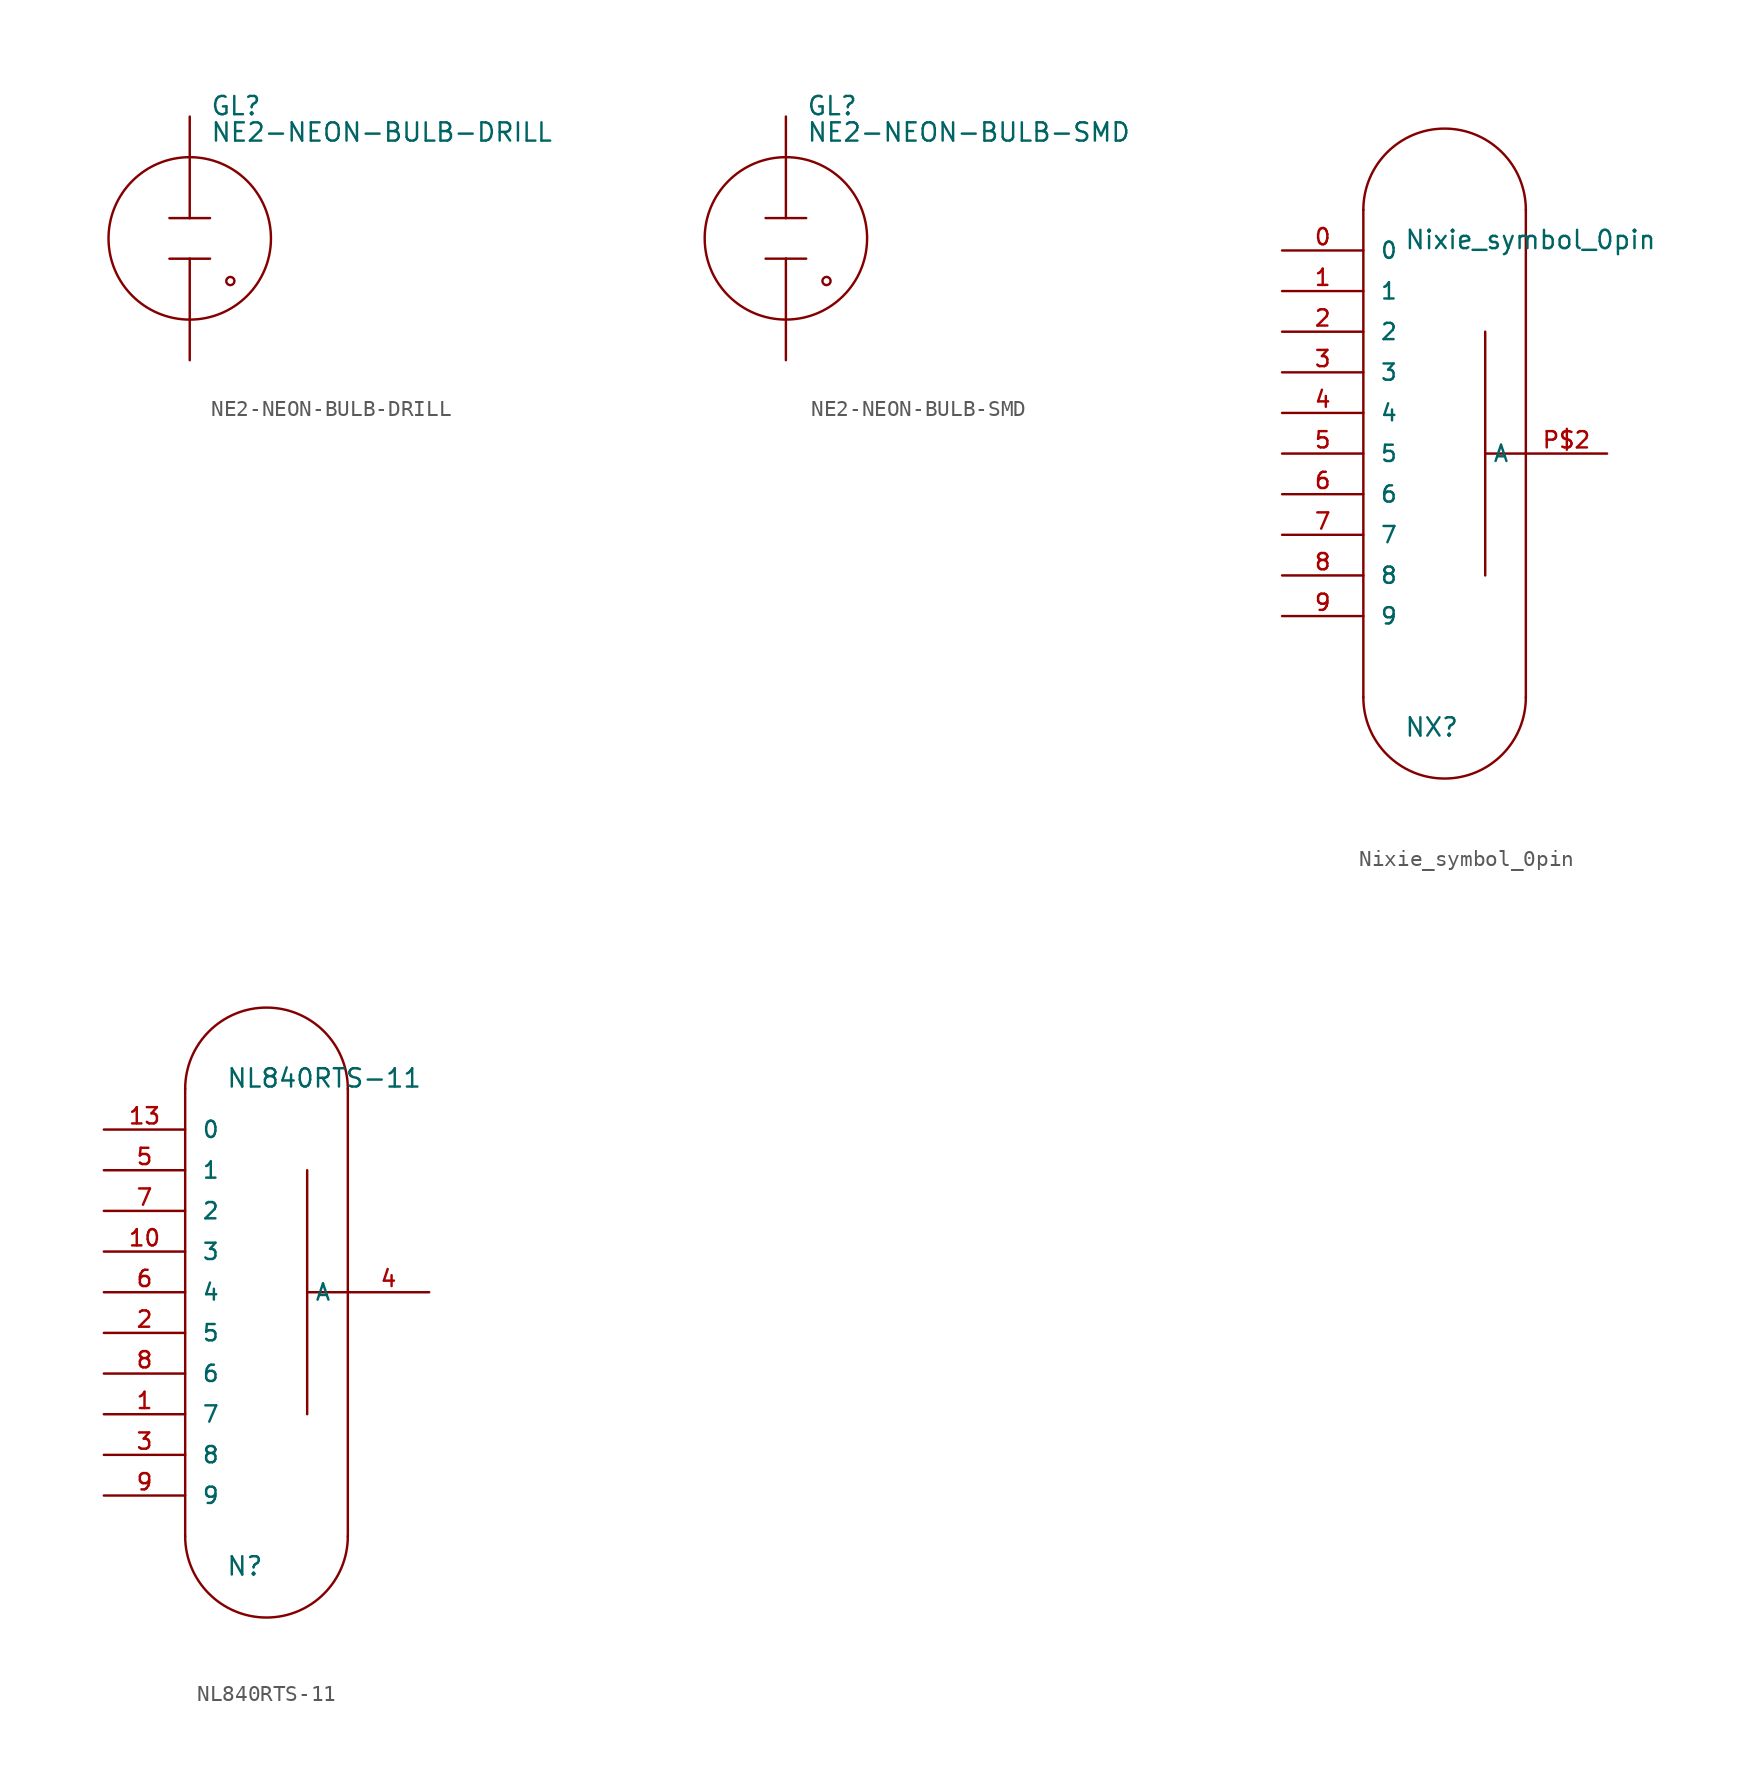
<source format=kicad_sym>
(kicad_symbol_lib
  (version 20241209)
  (generator "kicad_symbol_editor")
  (generator_version "9.0")
  (symbol "NE2-NEON-BULB-DRILL"
    (pin_numbers
      (hide yes))
    (pin_names
      (offset 1.016)
      (hide yes))
    (property "Reference" "GL"
      (at 1.27 7.62 0)
      (effects (font (size 1.143 1.143)) (justify left bottom)))
    (property "Value" "NE2-NEON-BULB-DRILL"
      (at 1.27 5.969 0)
      (effects (font (size 1.143 1.143)) (justify left bottom)))
    (property "ki_locked" ""
      (at 0 0 0)
      (effects (font (size 1.27 1.27))))
    (symbol "NE2-NEON-BULB-DRILL_1_0"
      (polyline (pts (xy -1.27 1.27) (xy 0 1.27)) (stroke (width 0) (type default)) (fill (type none)))
      (polyline (pts (xy -1.27 -1.27) (xy 0 -1.27)) (stroke (width 0) (type default)) (fill (type none)))
      (polyline (pts (xy 0 5.08) (xy 0 1.27)) (stroke (width 0) (type default)) (fill (type none)))
      (polyline (pts (xy 0 1.27) (xy 1.27 1.27)) (stroke (width 0) (type default)) (fill (type none)))
      (polyline (pts (xy 0 -1.27) (xy 0 -5.08)) (stroke (width 0) (type default)) (fill (type none)))
      (polyline (pts (xy 0 -1.27) (xy 1.27 -1.27)) (stroke (width 0) (type default)) (fill (type none))))
    (symbol "NE2-NEON-BULB-DRILL_1_1"
      (circle (center 0 0) (radius 5.08) (stroke (width 0) (type default)) (fill (type none)))
      (circle (center 2.54 -2.667) (radius 0.254) (stroke (width 0) (type default)) (fill (type none)))
      (pin passive line (at 0 7.62 270) (length 2.54) (name "A" (effects (font (size 1.016 1.016)))) (number "1" (effects (font (size 1.016 1.016)))))
      (pin passive line (at 0 -7.62 90) (length 2.54) (name "A1" (effects (font (size 1.016 1.016)))) (number "2" (effects (font (size 1.016 1.016)))))))
  (symbol "NE2-NEON-BULB-SMD"
    (pin_numbers
      (hide yes))
    (pin_names
      (offset 1.016)
      (hide yes))
    (property "Reference" "GL"
      (at 1.27 7.62 0)
      (effects (font (size 1.143 1.143)) (justify left bottom)))
    (property "Value" "NE2-NEON-BULB-SMD"
      (at 1.27 5.969 0)
      (effects (font (size 1.143 1.143)) (justify left bottom)))
    (property "ki_locked" ""
      (at 0 0 0)
      (effects (font (size 1.27 1.27))))
    (symbol "NE2-NEON-BULB-SMD_1_0"
      (polyline (pts (xy -1.27 1.27) (xy 0 1.27)) (stroke (width 0) (type default)) (fill (type none)))
      (polyline (pts (xy -1.27 -1.27) (xy 0 -1.27)) (stroke (width 0) (type default)) (fill (type none)))
      (polyline (pts (xy 0 5.08) (xy 0 1.27)) (stroke (width 0) (type default)) (fill (type none)))
      (polyline (pts (xy 0 1.27) (xy 1.27 1.27)) (stroke (width 0) (type default)) (fill (type none)))
      (polyline (pts (xy 0 -1.27) (xy 0 -5.08)) (stroke (width 0) (type default)) (fill (type none)))
      (polyline (pts (xy 0 -1.27) (xy 1.27 -1.27)) (stroke (width 0) (type default)) (fill (type none))))
    (symbol "NE2-NEON-BULB-SMD_1_1"
      (circle (center 0 0) (radius 5.08) (stroke (width 0) (type default)) (fill (type none)))
      (circle (center 2.54 -2.667) (radius 0.254) (stroke (width 0) (type default)) (fill (type none)))
      (pin passive line (at 0 7.62 270) (length 2.54) (name "A" (effects (font (size 1.016 1.016)))) (number "1" (effects (font (size 1.016 1.016)))))
      (pin passive line (at 0 -7.62 90) (length 2.54) (name "A1" (effects (font (size 1.016 1.016)))) (number "2" (effects (font (size 1.016 1.016)))))))
  (symbol "Nixie_symbol_0pin"
    (pin_names
      (offset 1.016))
    (property "Reference" "NX"
      (at -2.54 -15.24 0)
      (effects (font (size 1.143 1.143)) (justify left bottom)))
    (property "Value" "Nixie_symbol_0pin"
      (at -2.54 15.24 0)
      (effects (font (size 1.143 1.143)) (justify left bottom)))
    (property "ki_locked" ""
      (at 0 0 0)
      (effects (font (size 1.27 1.27))))
    (symbol "Nixie_symbol_0pin_1_0"
      (polyline (pts (xy -5.08 17.78) (xy -5.08 -12.7)) (stroke (width 0) (type default)) (fill (type none)))
      (polyline (pts (xy 2.54 2.54) (xy 2.54 10.16)) (stroke (width 0) (type default)) (fill (type none)))
      (polyline (pts (xy 2.54 -5.08) (xy 2.54 2.54)) (stroke (width 0) (type default)) (fill (type none)))
      (polyline (pts (xy 5.08 17.78) (xy 5.08 2.54)) (stroke (width 0) (type default)) (fill (type none)))
      (polyline (pts (xy 5.08 2.54) (xy 2.54 2.54)) (stroke (width 0) (type default)) (fill (type none)))
      (polyline (pts (xy 5.08 2.54) (xy 5.08 -12.7)) (stroke (width 0) (type default)) (fill (type none))))
    (symbol "Nixie_symbol_0pin_1_1"
      (arc (start -5.08 17.78) (mid 0 22.8378) (end 5.08 17.78) (stroke (width 0) (type default)) (fill (type none)))
      (arc (start 5.08 -12.7) (mid 0 -17.7578) (end -5.08 -12.7) (stroke (width 0) (type default)) (fill (type none)))
      (pin passive line (at -10.16 15.24 0) (length 5.08) (name "0" (effects (font (size 1.016 1.016)))) (number "0" (effects (font (size 1.016 1.016)))))
      (pin passive line (at -10.16 12.7 0) (length 5.08) (name "1" (effects (font (size 1.016 1.016)))) (number "1" (effects (font (size 1.016 1.016)))))
      (pin passive line (at -10.16 10.16 0) (length 5.08) (name "2" (effects (font (size 1.016 1.016)))) (number "2" (effects (font (size 1.016 1.016)))))
      (pin passive line (at -10.16 7.62 0) (length 5.08) (name "3" (effects (font (size 1.016 1.016)))) (number "3" (effects (font (size 1.016 1.016)))))
      (pin passive line (at -10.16 5.08 0) (length 5.08) (name "4" (effects (font (size 1.016 1.016)))) (number "4" (effects (font (size 1.016 1.016)))))
      (pin passive line (at -10.16 2.54 0) (length 5.08) (name "5" (effects (font (size 1.016 1.016)))) (number "5" (effects (font (size 1.016 1.016)))))
      (pin passive line (at -10.16 0 0) (length 5.08) (name "6" (effects (font (size 1.016 1.016)))) (number "6" (effects (font (size 1.016 1.016)))))
      (pin passive line (at -10.16 -2.54 0) (length 5.08) (name "7" (effects (font (size 1.016 1.016)))) (number "7" (effects (font (size 1.016 1.016)))))
      (pin passive line (at -10.16 -5.08 0) (length 5.08) (name "8" (effects (font (size 1.016 1.016)))) (number "8" (effects (font (size 1.016 1.016)))))
      (pin passive line (at -10.16 -7.62 0) (length 5.08) (name "9" (effects (font (size 1.016 1.016)))) (number "9" (effects (font (size 1.016 1.016)))))
      (pin passive line (at 10.16 2.54 180) (length 5.08) (name "A" (effects (font (size 1.016 1.016)))) (number "P$2" (effects (font (size 1.016 1.016)))))))
  (symbol "NL840RTS-11"
    (pin_names
      (offset 1.016))
    (property "Reference" "N"
      (at -2.54 -15.24 0)
      (effects (font (size 1.143 1.143)) (justify left bottom)))
    (property "Value" "NL840RTS-11"
      (at -2.54 15.24 0)
      (effects (font (size 1.143 1.143)) (justify left bottom)))
    (property "ki_locked" ""
      (at 0 0 0)
      (effects (font (size 1.27 1.27))))
    (symbol "NL840RTS-11_1_0"
      (polyline (pts (xy -5.08 15.24) (xy -5.08 -12.7)) (stroke (width 0) (type default)) (fill (type none)))
      (polyline (pts (xy 2.54 2.54) (xy 2.54 10.16)) (stroke (width 0) (type default)) (fill (type none)))
      (polyline (pts (xy 2.54 -5.08) (xy 2.54 2.54)) (stroke (width 0) (type default)) (fill (type none)))
      (polyline (pts (xy 5.08 15.24) (xy 5.08 2.54)) (stroke (width 0) (type default)) (fill (type none)))
      (polyline (pts (xy 5.08 2.54) (xy 2.54 2.54)) (stroke (width 0) (type default)) (fill (type none)))
      (polyline (pts (xy 5.08 2.54) (xy 5.08 -12.7)) (stroke (width 0) (type default)) (fill (type none))))
    (symbol "NL840RTS-11_1_1"
      (arc (start -5.08 15.24) (mid 0 20.2978) (end 5.08 15.24) (stroke (width 0) (type default)) (fill (type none)))
      (arc (start 5.08 -12.7) (mid 0 -17.7578) (end -5.08 -12.7) (stroke (width 0) (type default)) (fill (type none)))
      (pin passive line (at -10.16 12.7 0) (length 5.08) (name "0" (effects (font (size 1.016 1.016)))) (number "13" (effects (font (size 1.016 1.016)))))
      (pin passive line (at -10.16 10.16 0) (length 5.08) (name "1" (effects (font (size 1.016 1.016)))) (number "5" (effects (font (size 1.016 1.016)))))
      (pin passive line (at -10.16 7.62 0) (length 5.08) (name "2" (effects (font (size 1.016 1.016)))) (number "7" (effects (font (size 1.016 1.016)))))
      (pin passive line (at -10.16 5.08 0) (length 5.08) (name "3" (effects (font (size 1.016 1.016)))) (number "10" (effects (font (size 1.016 1.016)))))
      (pin passive line (at -10.16 2.54 0) (length 5.08) (name "4" (effects (font (size 1.016 1.016)))) (number "6" (effects (font (size 1.016 1.016)))))
      (pin passive line (at -10.16 0 0) (length 5.08) (name "5" (effects (font (size 1.016 1.016)))) (number "2" (effects (font (size 1.016 1.016)))))
      (pin passive line (at -10.16 -2.54 0) (length 5.08) (name "6" (effects (font (size 1.016 1.016)))) (number "8" (effects (font (size 1.016 1.016)))))
      (pin passive line (at -10.16 -5.08 0) (length 5.08) (name "7" (effects (font (size 1.016 1.016)))) (number "1" (effects (font (size 1.016 1.016)))))
      (pin passive line (at -10.16 -7.62 0) (length 5.08) (name "8" (effects (font (size 1.016 1.016)))) (number "3" (effects (font (size 1.016 1.016)))))
      (pin passive line (at -10.16 -10.16 0) (length 5.08) (name "9" (effects (font (size 1.016 1.016)))) (number "9" (effects (font (size 1.016 1.016)))))
      (pin passive line (at 10.16 2.54 180) (length 5.08) (name "A" (effects (font (size 1.016 1.016)))) (number "4" (effects (font (size 1.016 1.016))))))))
</source>
